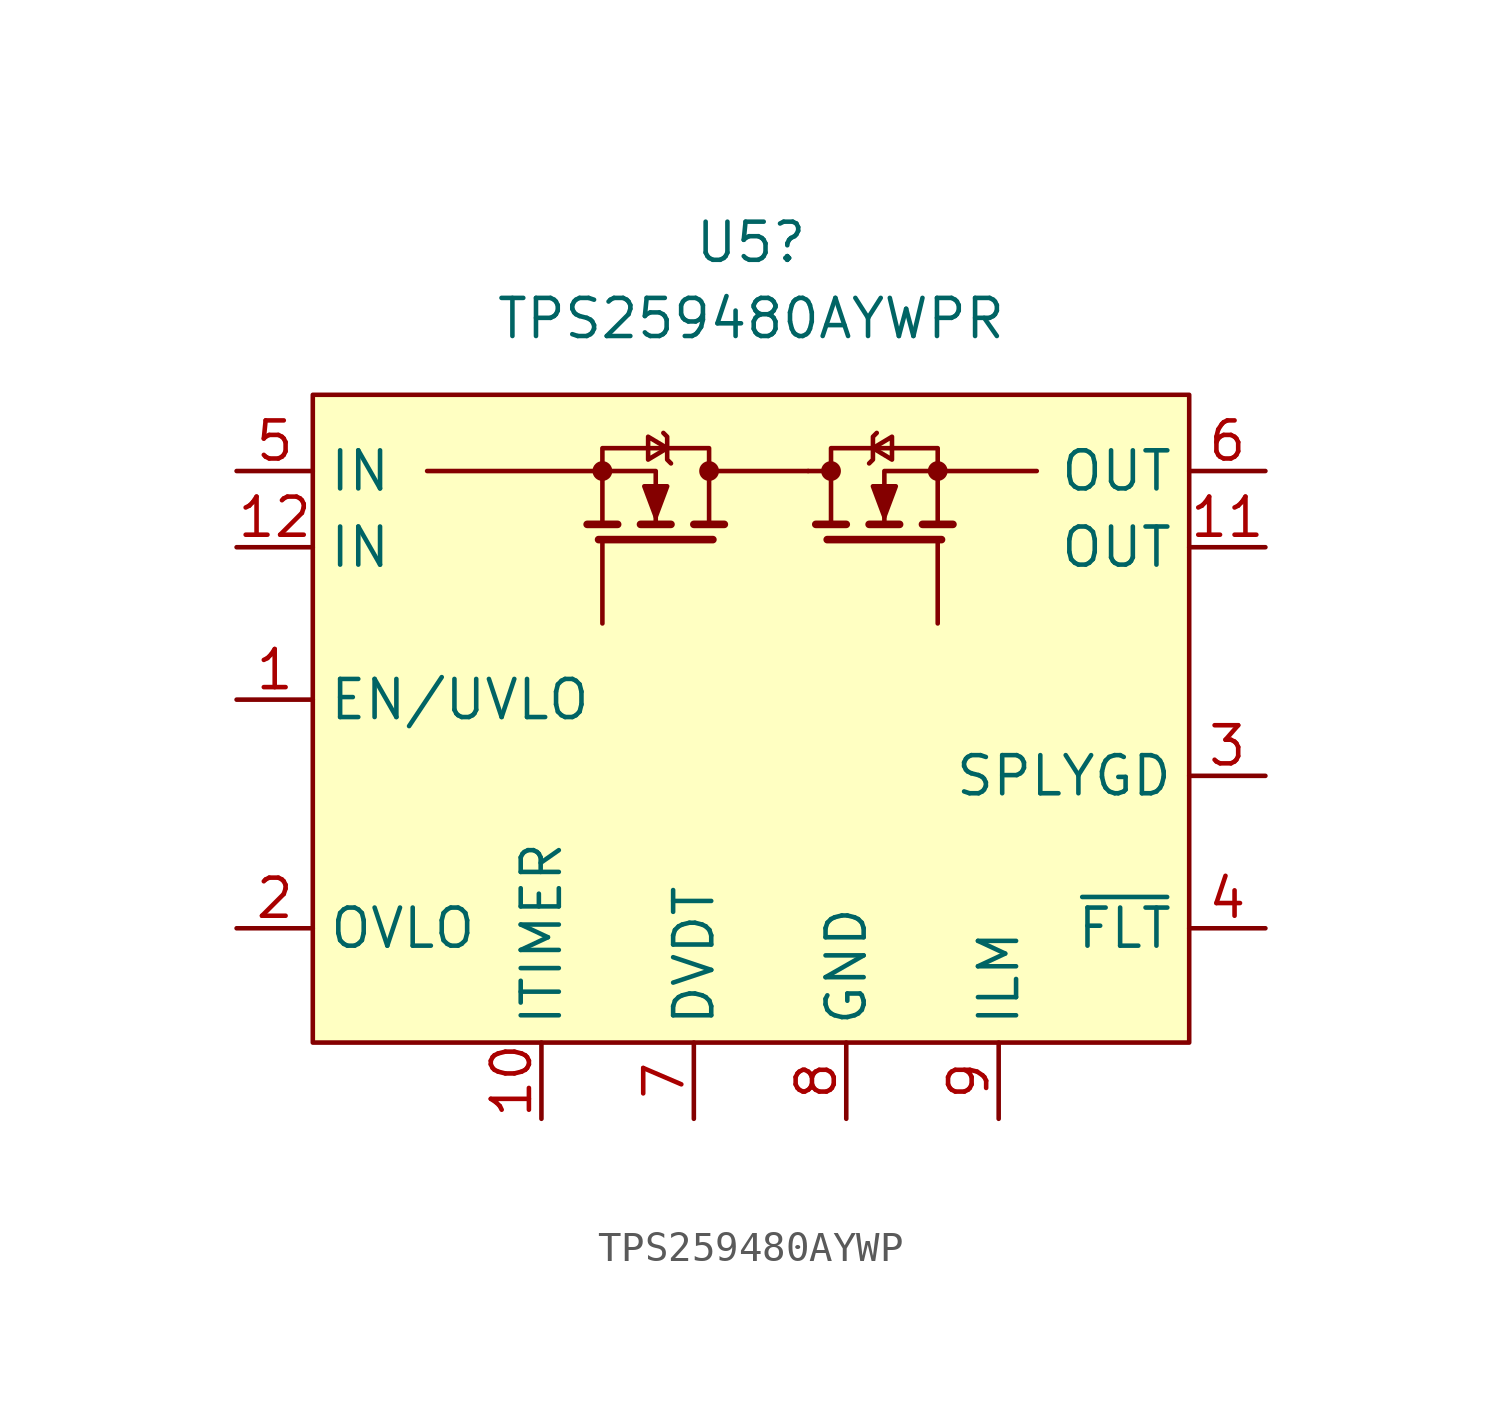
<source format=kicad_sym>
(kicad_symbol_lib
  (version 20241209)
  (generator "kicad_symbol_editor")
  (generator_version "9.0")
  (symbol "TPS259480AYWP"
    (property "Reference" "U5"
      (at -0.635 15.24 0)
      (effects (font (size 1.27 1.27))))
    (property "Value" "TPS259480AYWPR"
      (at -0.635 12.7 0)
      (effects (font (size 1.27 1.27))))
    (symbol "TPS259480AYWP_0_1"
      (polyline (pts (xy -11.43 7.62) (xy -3.81 7.62) (xy -3.81 5.842)) (stroke (width 0) (type default)) (fill (type none)))
      (circle (center -5.588 7.62) (radius 0.254) (stroke (width 0) (type default)) (fill (type outline)))
      (polyline (pts (xy -5.588 5.842) (xy -5.588 8.382) (xy -2.032 8.382) (xy -2.032 5.842)) (stroke (width 0) (type default)) (fill (type none)))
      (polyline (pts (xy -5.588 5.334) (xy -5.588 2.54)) (stroke (width 0) (type default)) (fill (type none)))
      (polyline (pts (xy -5.08 5.842) (xy -6.096 5.842)) (stroke (width 0.254) (type default)) (fill (type none)))
      (polyline (pts (xy -3.81 6.096) (xy -3.429 7.112) (xy -4.191 7.112) (xy -3.81 6.096)) (stroke (width 0) (type default)) (fill (type outline)))
      (polyline (pts (xy -3.429 8.382) (xy -4.064 8.001) (xy -4.064 8.763) (xy -3.429 8.382)) (stroke (width 0) (type default)) (fill (type none)))
      (polyline (pts (xy -3.302 7.874) (xy -3.429 8.001) (xy -3.429 8.763) (xy -3.556 8.89)) (stroke (width 0) (type default)) (fill (type none)))
      (polyline (pts (xy -3.302 5.842) (xy -4.318 5.842)) (stroke (width 0.254) (type default)) (fill (type none)))
      (circle (center -2.032 7.62) (radius 0.254) (stroke (width 0) (type default)) (fill (type outline)))
      (polyline (pts (xy -1.905 5.334) (xy -5.715 5.334)) (stroke (width 0.254) (type default)) (fill (type none)))
      (polyline (pts (xy -1.524 5.842) (xy -2.54 5.842)) (stroke (width 0.254) (type default)) (fill (type none)))
      (polyline (pts (xy 1.27 7.62) (xy -2.032 7.62)) (stroke (width 0) (type default)) (fill (type none)))
      (polyline (pts (xy 1.27 7.62) (xy 2.032 7.62)) (stroke (width 0) (type default)) (fill (type none)))
      (polyline (pts (xy 1.524 5.842) (xy 2.54 5.842)) (stroke (width 0.254) (type default)) (fill (type none)))
      (polyline (pts (xy 1.905 5.334) (xy 5.715 5.334)) (stroke (width 0.254) (type default)) (fill (type none)))
      (circle (center 2.032 7.62) (radius 0.254) (stroke (width 0) (type default)) (fill (type outline)))
      (polyline (pts (xy 3.302 7.874) (xy 3.429 8.001) (xy 3.429 8.763) (xy 3.556 8.89)) (stroke (width 0) (type default)) (fill (type none)))
      (polyline (pts (xy 3.302 5.842) (xy 4.318 5.842)) (stroke (width 0.254) (type default)) (fill (type none)))
      (polyline (pts (xy 3.429 8.382) (xy 4.064 8.001) (xy 4.064 8.763) (xy 3.429 8.382)) (stroke (width 0) (type default)) (fill (type none)))
      (polyline (pts (xy 3.81 6.096) (xy 3.429 7.112) (xy 4.191 7.112) (xy 3.81 6.096)) (stroke (width 0) (type default)) (fill (type outline)))
      (polyline (pts (xy 5.08 5.842) (xy 6.096 5.842)) (stroke (width 0.254) (type default)) (fill (type none)))
      (circle (center 5.588 7.62) (radius 0.254) (stroke (width 0) (type default)) (fill (type outline)))
      (polyline (pts (xy 5.588 5.842) (xy 5.588 8.382) (xy 2.032 8.382) (xy 2.032 5.842)) (stroke (width 0) (type default)) (fill (type none)))
      (polyline (pts (xy 5.588 5.334) (xy 5.588 2.54)) (stroke (width 0) (type default)) (fill (type none)))
      (polyline (pts (xy 8.89 7.62) (xy 3.81 7.62) (xy 3.81 5.842)) (stroke (width 0) (type default)) (fill (type none))))
    (symbol "TPS259480AYWP_1_1"
      (rectangle (start -15.24 10.16) (end 13.97 -11.43) (stroke (width 0) (type default)) (fill (type background)))
      (pin power_in line (at -17.78 7.62 0) (length 2.54) (name "IN" (effects (font (size 1.27 1.27)))) (number "5" (effects (font (size 1.27 1.27)))))
      (pin power_in line (at -17.78 5.08 0) (length 2.54) (name "IN" (effects (font (size 1.27 1.27)))) (number "12" (effects (font (size 1.27 1.27)))))
      (pin input line (at -17.78 0 0) (length 2.54) (name "EN/UVLO" (effects (font (size 1.27 1.27)))) (number "1" (effects (font (size 1.27 1.27)))))
      (pin input line (at -17.78 -7.62 0) (length 2.54) (name "OVLO" (effects (font (size 1.27 1.27)))) (number "2" (effects (font (size 1.27 1.27)))))
      (pin output line (at -7.62 -13.97 90) (length 2.54) (name "ITIMER" (effects (font (size 1.27 1.27)))) (number "10" (effects (font (size 1.27 1.27)))))
      (pin output line (at -2.54 -13.97 90) (length 2.54) (name "DVDT" (effects (font (size 1.27 1.27)))) (number "7" (effects (font (size 1.27 1.27)))))
      (pin passive line (at 2.54 -13.97 90) (length 2.54) (name "GND" (effects (font (size 1.27 1.27)))) (number "8" (effects (font (size 1.27 1.27)))))
      (pin output line (at 7.62 -13.97 90) (length 2.54) (name "ILM" (effects (font (size 1.27 1.27)))) (number "9" (effects (font (size 1.27 1.27)))))
      (pin power_in line (at 16.51 7.62 180) (length 2.54) (name "OUT" (effects (font (size 1.27 1.27)))) (number "6" (effects (font (size 1.27 1.27)))))
      (pin power_in line (at 16.51 5.08 180) (length 2.54) (name "OUT" (effects (font (size 1.27 1.27)))) (number "11" (effects (font (size 1.27 1.27)))))
      (pin output line (at 16.51 -2.54 180) (length 2.54) (name "SPLYGD" (effects (font (size 1.27 1.27)))) (number "3" (effects (font (size 1.27 1.27)))))
      (pin output line (at 16.51 -7.62 180) (length 2.54) (name "~{FLT}" (effects (font (size 1.27 1.27)))) (number "4" (effects (font (size 1.27 1.27))))))))
</source>
